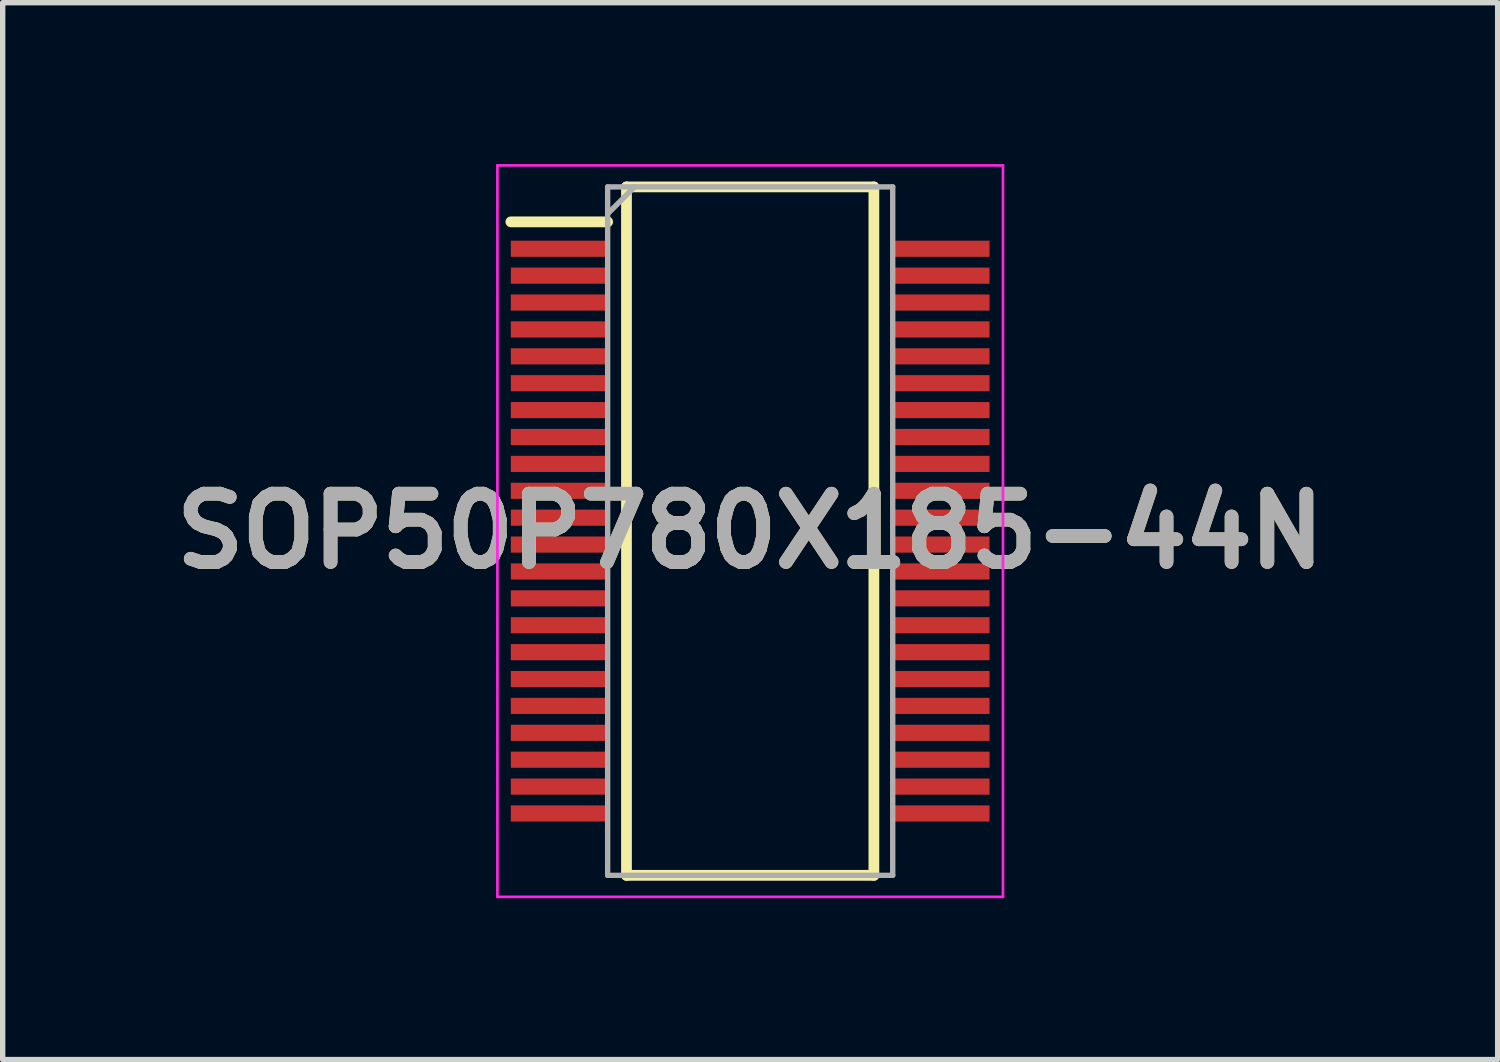
<source format=kicad_pcb>
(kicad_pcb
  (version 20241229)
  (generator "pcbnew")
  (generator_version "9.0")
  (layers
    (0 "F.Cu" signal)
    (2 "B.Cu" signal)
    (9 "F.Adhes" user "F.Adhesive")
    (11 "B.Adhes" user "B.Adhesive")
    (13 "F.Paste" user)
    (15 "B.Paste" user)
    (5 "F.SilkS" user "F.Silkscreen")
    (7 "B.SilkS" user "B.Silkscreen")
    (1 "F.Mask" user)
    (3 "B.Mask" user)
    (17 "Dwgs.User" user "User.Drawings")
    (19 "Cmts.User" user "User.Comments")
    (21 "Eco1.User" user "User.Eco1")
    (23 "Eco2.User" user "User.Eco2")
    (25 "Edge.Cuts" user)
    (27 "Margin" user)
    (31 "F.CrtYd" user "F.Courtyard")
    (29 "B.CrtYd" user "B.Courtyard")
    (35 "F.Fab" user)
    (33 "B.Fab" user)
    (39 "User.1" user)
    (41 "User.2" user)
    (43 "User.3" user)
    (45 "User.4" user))
  (footprint "SOP50P780X185-44N"
    (layer "F.Cu")
    (at 10.898 6.825)
    (property "Reference" "SOP50P780X185-44N" (at 0 0 0) (layer "F.SilkS") (effects (font (size 1.27 1.27) (thickness 0.254))))
    (attr smd)
    (fp_line (start -4.45 -5.75) (end -2.65 -5.75) (stroke (width 0.2) (type solid)) (layer "F.SilkS"))
    (fp_line (start -2.3 -6.4) (end 2.3 -6.4) (stroke (width 0.2) (type solid)) (layer "F.SilkS"))
    (fp_line (start -2.3 6.4) (end -2.3 -6.4) (stroke (width 0.2) (type solid)) (layer "F.SilkS"))
    (fp_line (start 2.3 -6.4) (end 2.3 6.4) (stroke (width 0.2) (type solid)) (layer "F.SilkS"))
    (fp_line (start 2.3 6.4) (end -2.3 6.4) (stroke (width 0.2) (type solid)) (layer "F.SilkS"))
    (fp_line (start -4.7 -6.8) (end 4.7 -6.8) (stroke (width 0.05) (type solid)) (layer "F.CrtYd"))
    (fp_line (start -4.7 6.8) (end -4.7 -6.8) (stroke (width 0.05) (type solid)) (layer "F.CrtYd"))
    (fp_line (start 4.7 -6.8) (end 4.7 6.8) (stroke (width 0.05) (type solid)) (layer "F.CrtYd"))
    (fp_line (start 4.7 6.8) (end -4.7 6.8) (stroke (width 0.05) (type solid)) (layer "F.CrtYd"))
    (fp_line (start -2.65 -6.4) (end 2.65 -6.4) (stroke (width 0.1) (type solid)) (layer "F.Fab"))
    (fp_line (start -2.65 -5.9) (end -2.15 -6.4) (stroke (width 0.1) (type solid)) (layer "F.Fab"))
    (fp_line (start -2.65 6.4) (end -2.65 -6.4) (stroke (width 0.1) (type solid)) (layer "F.Fab"))
    (fp_line (start 2.65 -6.4) (end 2.65 6.4) (stroke (width 0.1) (type solid)) (layer "F.Fab"))
    (fp_line (start 2.65 6.4) (end -2.65 6.4) (stroke (width 0.1) (type solid)) (layer "F.Fab"))
    (fp_text user "${REFERENCE}" (at 0 0 0) (layer "F.Fab") (effects (font (size 1.27 1.27) (thickness 0.254))))
    (pad "1" smd rect (at -3.55 -5.25 90) (size 0.3 1.8) (layers "F.Cu" "F.Mask" "F.Paste"))
    (pad "2" smd rect (at -3.55 -4.75 90) (size 0.3 1.8) (layers "F.Cu" "F.Mask" "F.Paste"))
    (pad "3" smd rect (at -3.55 -4.25 90) (size 0.3 1.8) (layers "F.Cu" "F.Mask" "F.Paste"))
    (pad "4" smd rect (at -3.55 -3.75 90) (size 0.3 1.8) (layers "F.Cu" "F.Mask" "F.Paste"))
    (pad "5" smd rect (at -3.55 -3.25 90) (size 0.3 1.8) (layers "F.Cu" "F.Mask" "F.Paste"))
    (pad "6" smd rect (at -3.55 -2.75 90) (size 0.3 1.8) (layers "F.Cu" "F.Mask" "F.Paste"))
    (pad "7" smd rect (at -3.55 -2.25 90) (size 0.3 1.8) (layers "F.Cu" "F.Mask" "F.Paste"))
    (pad "8" smd rect (at -3.55 -1.75 90) (size 0.3 1.8) (layers "F.Cu" "F.Mask" "F.Paste"))
    (pad "9" smd rect (at -3.55 -1.25 90) (size 0.3 1.8) (layers "F.Cu" "F.Mask" "F.Paste"))
    (pad "10" smd rect (at -3.55 -0.75 90) (size 0.3 1.8) (layers "F.Cu" "F.Mask" "F.Paste"))
    (pad "11" smd rect (at -3.55 -0.25 90) (size 0.3 1.8) (layers "F.Cu" "F.Mask" "F.Paste"))
    (pad "12" smd rect (at -3.55 0.25 90) (size 0.3 1.8) (layers "F.Cu" "F.Mask" "F.Paste"))
    (pad "13" smd rect (at -3.55 0.75 90) (size 0.3 1.8) (layers "F.Cu" "F.Mask" "F.Paste"))
    (pad "14" smd rect (at -3.55 1.25 90) (size 0.3 1.8) (layers "F.Cu" "F.Mask" "F.Paste"))
    (pad "15" smd rect (at -3.55 1.75 90) (size 0.3 1.8) (layers "F.Cu" "F.Mask" "F.Paste"))
    (pad "16" smd rect (at -3.55 2.25 90) (size 0.3 1.8) (layers "F.Cu" "F.Mask" "F.Paste"))
    (pad "17" smd rect (at -3.55 2.75 90) (size 0.3 1.8) (layers "F.Cu" "F.Mask" "F.Paste"))
    (pad "18" smd rect (at -3.55 3.25 90) (size 0.3 1.8) (layers "F.Cu" "F.Mask" "F.Paste"))
    (pad "19" smd rect (at -3.55 3.75 90) (size 0.3 1.8) (layers "F.Cu" "F.Mask" "F.Paste"))
    (pad "20" smd rect (at -3.55 4.25 90) (size 0.3 1.8) (layers "F.Cu" "F.Mask" "F.Paste"))
    (pad "21" smd rect (at -3.55 4.75 90) (size 0.3 1.8) (layers "F.Cu" "F.Mask" "F.Paste"))
    (pad "22" smd rect (at -3.55 5.25 90) (size 0.3 1.8) (layers "F.Cu" "F.Mask" "F.Paste"))
    (pad "23" smd rect (at 3.55 5.25 90) (size 0.3 1.8) (layers "F.Cu" "F.Mask" "F.Paste"))
    (pad "24" smd rect (at 3.55 4.75 90) (size 0.3 1.8) (layers "F.Cu" "F.Mask" "F.Paste"))
    (pad "25" smd rect (at 3.55 4.25 90) (size 0.3 1.8) (layers "F.Cu" "F.Mask" "F.Paste"))
    (pad "26" smd rect (at 3.55 3.75 90) (size 0.3 1.8) (layers "F.Cu" "F.Mask" "F.Paste"))
    (pad "27" smd rect (at 3.55 3.25 90) (size 0.3 1.8) (layers "F.Cu" "F.Mask" "F.Paste"))
    (pad "28" smd rect (at 3.55 2.75 90) (size 0.3 1.8) (layers "F.Cu" "F.Mask" "F.Paste"))
    (pad "29" smd rect (at 3.55 2.25 90) (size 0.3 1.8) (layers "F.Cu" "F.Mask" "F.Paste"))
    (pad "30" smd rect (at 3.55 1.75 90) (size 0.3 1.8) (layers "F.Cu" "F.Mask" "F.Paste"))
    (pad "31" smd rect (at 3.55 1.25 90) (size 0.3 1.8) (layers "F.Cu" "F.Mask" "F.Paste"))
    (pad "32" smd rect (at 3.55 0.75 90) (size 0.3 1.8) (layers "F.Cu" "F.Mask" "F.Paste"))
    (pad "33" smd rect (at 3.55 0.25 90) (size 0.3 1.8) (layers "F.Cu" "F.Mask" "F.Paste"))
    (pad "34" smd rect (at 3.55 -0.25 90) (size 0.3 1.8) (layers "F.Cu" "F.Mask" "F.Paste"))
    (pad "35" smd rect (at 3.55 -0.75 90) (size 0.3 1.8) (layers "F.Cu" "F.Mask" "F.Paste"))
    (pad "36" smd rect (at 3.55 -1.25 90) (size 0.3 1.8) (layers "F.Cu" "F.Mask" "F.Paste"))
    (pad "37" smd rect (at 3.55 -1.75 90) (size 0.3 1.8) (layers "F.Cu" "F.Mask" "F.Paste"))
    (pad "38" smd rect (at 3.55 -2.25 90) (size 0.3 1.8) (layers "F.Cu" "F.Mask" "F.Paste"))
    (pad "39" smd rect (at 3.55 -2.75 90) (size 0.3 1.8) (layers "F.Cu" "F.Mask" "F.Paste"))
    (pad "40" smd rect (at 3.55 -3.25 90) (size 0.3 1.8) (layers "F.Cu" "F.Mask" "F.Paste"))
    (pad "41" smd rect (at 3.55 -3.75 90) (size 0.3 1.8) (layers "F.Cu" "F.Mask" "F.Paste"))
    (pad "42" smd rect (at 3.55 -4.25 90) (size 0.3 1.8) (layers "F.Cu" "F.Mask" "F.Paste"))
    (pad "43" smd rect (at 3.55 -4.75 90) (size 0.3 1.8) (layers "F.Cu" "F.Mask" "F.Paste"))
    (pad "44" smd rect (at 3.55 -5.25 90) (size 0.3 1.8) (layers "F.Cu" "F.Mask" "F.Paste")))
  (gr_rect
    (start -3 -3)
    (end 24.796 16.65)
    (stroke (width 0.1) (type default))
    (fill no)
    (layer "Edge.Cuts")))
</source>
